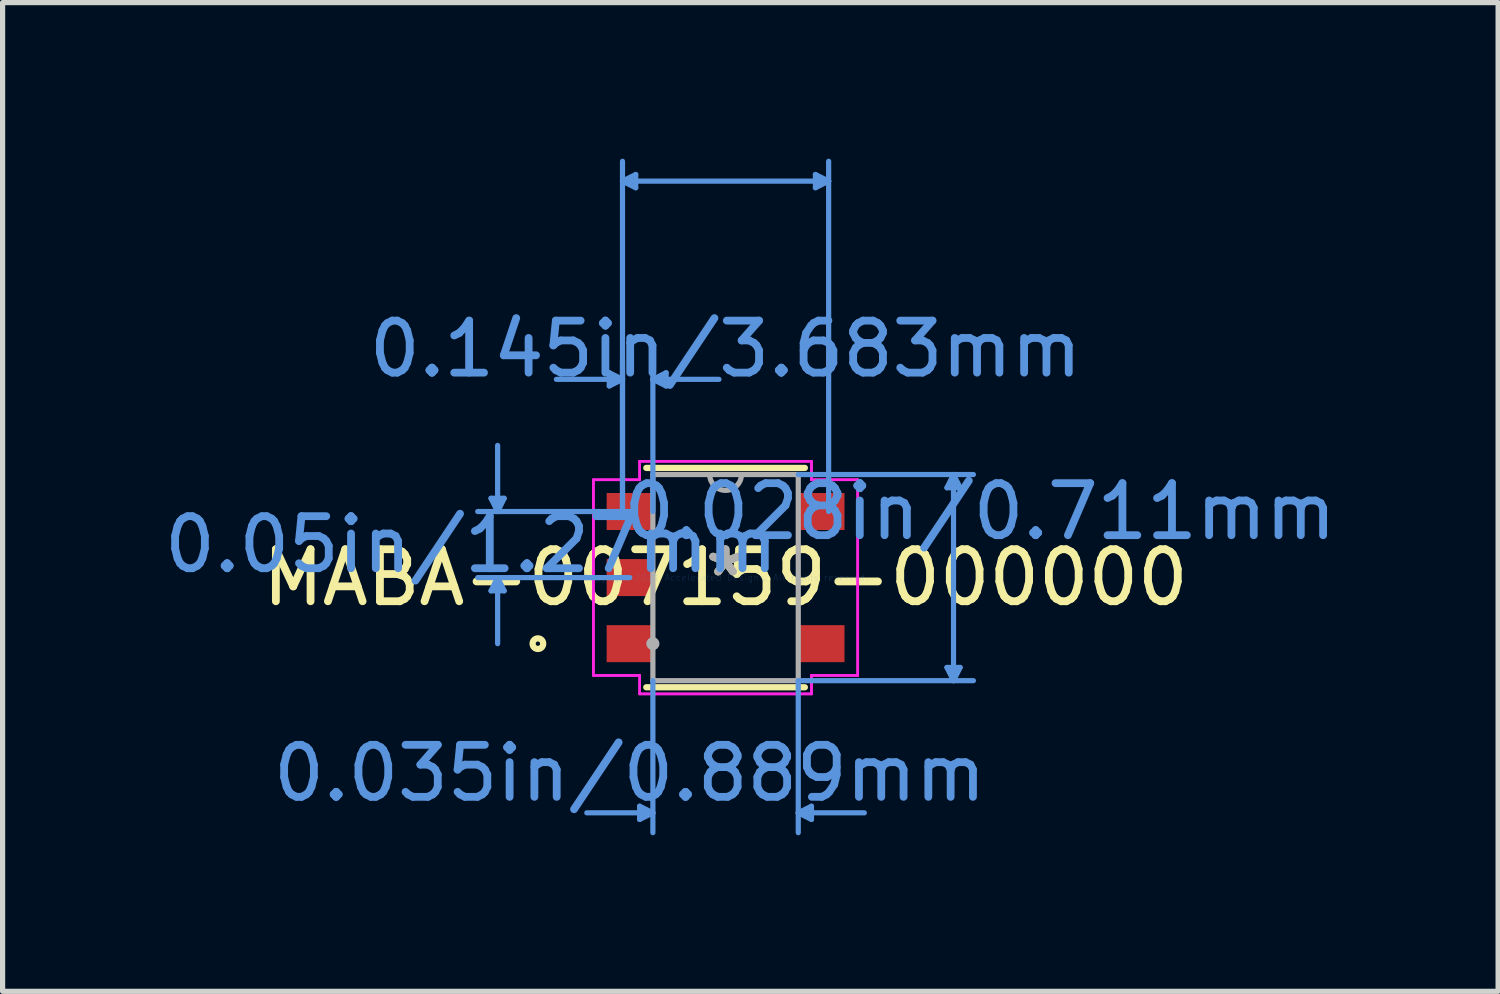
<source format=kicad_pcb>
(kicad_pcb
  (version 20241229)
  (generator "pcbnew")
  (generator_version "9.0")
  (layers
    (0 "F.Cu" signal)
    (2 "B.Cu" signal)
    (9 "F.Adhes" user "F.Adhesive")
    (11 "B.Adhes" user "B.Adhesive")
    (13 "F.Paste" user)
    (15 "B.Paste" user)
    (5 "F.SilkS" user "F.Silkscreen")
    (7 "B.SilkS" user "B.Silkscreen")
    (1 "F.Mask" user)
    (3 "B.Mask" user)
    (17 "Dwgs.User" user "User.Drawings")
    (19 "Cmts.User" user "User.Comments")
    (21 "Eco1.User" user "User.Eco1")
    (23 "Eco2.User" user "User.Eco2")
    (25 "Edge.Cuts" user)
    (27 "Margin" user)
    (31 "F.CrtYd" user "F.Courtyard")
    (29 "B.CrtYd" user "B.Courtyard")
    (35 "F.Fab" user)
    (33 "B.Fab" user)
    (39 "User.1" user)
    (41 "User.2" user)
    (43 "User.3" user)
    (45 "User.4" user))
  (footprint "MABA-007159-000000"
    (layer "F.Cu")
    (at 10.895 8.051)
    (property "Reference" "MABA-007159-000000" (at 0 0 0) (layer "F.SilkS") (effects (font (size 1 1) (thickness 0.15))))
    (attr through_hole)
    (fp_line (start -1.524 2.108) (end 1.524 2.108) (stroke (width 0.12) (type solid)) (layer "F.SilkS"))
    (fp_line (start 1.524 -2.108) (end -1.524 -2.108) (stroke (width 0.12) (type solid)) (layer "F.SilkS"))
    (fp_circle (center -3.607 1.27) (end -3.505 1.27) (stroke (width 0.12) (type solid)) (fill no) (layer "F.SilkS"))
    (fp_line (start -4.508 -1.524) (end -4.255 -1.524) (stroke (width 0.1) (type solid)) (layer "Cmts.User"))
    (fp_line (start -4.508 0.254) (end -4.255 0.254) (stroke (width 0.1) (type solid)) (layer "Cmts.User"))
    (fp_line (start -4.381 -1.27) (end -4.508 -1.524) (stroke (width 0.1) (type solid)) (layer "Cmts.User"))
    (fp_line (start -4.381 -1.27) (end -4.381 -2.54) (stroke (width 0.1) (type solid)) (layer "Cmts.User"))
    (fp_line (start -4.381 -1.27) (end -4.255 -1.524) (stroke (width 0.1) (type solid)) (layer "Cmts.User"))
    (fp_line (start -4.381 0) (end -4.508 0.254) (stroke (width 0.1) (type solid)) (layer "Cmts.User"))
    (fp_line (start -4.381 0) (end -4.381 1.27) (stroke (width 0.1) (type solid)) (layer "Cmts.User"))
    (fp_line (start -4.381 0) (end -4.255 0.254) (stroke (width 0.1) (type solid)) (layer "Cmts.User"))
    (fp_line (start -2.235 -3.937) (end -2.235 -3.683) (stroke (width 0.1) (type solid)) (layer "Cmts.User"))
    (fp_line (start -1.981 -7.62) (end -1.727 -7.747) (stroke (width 0.1) (type solid)) (layer "Cmts.User"))
    (fp_line (start -1.981 -7.62) (end -1.727 -7.493) (stroke (width 0.1) (type solid)) (layer "Cmts.User"))
    (fp_line (start -1.981 -7.62) (end 1.981 -7.62) (stroke (width 0.1) (type solid)) (layer "Cmts.User"))
    (fp_line (start -1.981 -3.81) (end -3.251 -3.81) (stroke (width 0.1) (type solid)) (layer "Cmts.User"))
    (fp_line (start -1.981 -3.81) (end -2.235 -3.937) (stroke (width 0.1) (type solid)) (layer "Cmts.User"))
    (fp_line (start -1.981 -3.81) (end -2.235 -3.683) (stroke (width 0.1) (type solid)) (layer "Cmts.User"))
    (fp_line (start -1.981 -1.27) (end -1.981 -8.001) (stroke (width 0.1) (type solid)) (layer "Cmts.User"))
    (fp_line (start -1.981 -1.27) (end -1.981 -4.191) (stroke (width 0.1) (type solid)) (layer "Cmts.User"))
    (fp_line (start -1.841 -1.27) (end -4.763 -1.27) (stroke (width 0.1) (type solid)) (layer "Cmts.User"))
    (fp_line (start -1.841 0) (end -4.763 0) (stroke (width 0.1) (type solid)) (layer "Cmts.User"))
    (fp_line (start -1.727 -7.747) (end -1.727 -7.493) (stroke (width 0.1) (type solid)) (layer "Cmts.User"))
    (fp_line (start -1.651 4.394) (end -1.651 4.648) (stroke (width 0.1) (type solid)) (layer "Cmts.User"))
    (fp_line (start -1.397 -3.81) (end -1.143 -3.937) (stroke (width 0.1) (type solid)) (layer "Cmts.User"))
    (fp_line (start -1.397 -3.81) (end -1.143 -3.683) (stroke (width 0.1) (type solid)) (layer "Cmts.User"))
    (fp_line (start -1.397 -3.81) (end -0.127 -3.81) (stroke (width 0.1) (type solid)) (layer "Cmts.User"))
    (fp_line (start -1.397 -1.27) (end -1.397 -4.191) (stroke (width 0.1) (type solid)) (layer "Cmts.User"))
    (fp_line (start -1.397 1.981) (end -1.397 4.902) (stroke (width 0.1) (type solid)) (layer "Cmts.User"))
    (fp_line (start -1.397 4.521) (end -2.667 4.521) (stroke (width 0.1) (type solid)) (layer "Cmts.User"))
    (fp_line (start -1.397 4.521) (end -1.651 4.394) (stroke (width 0.1) (type solid)) (layer "Cmts.User"))
    (fp_line (start -1.397 4.521) (end -1.651 4.648) (stroke (width 0.1) (type solid)) (layer "Cmts.User"))
    (fp_line (start -1.143 -3.937) (end -1.143 -3.683) (stroke (width 0.1) (type solid)) (layer "Cmts.User"))
    (fp_line (start 1.397 -1.981) (end 4.763 -1.981) (stroke (width 0.1) (type solid)) (layer "Cmts.User"))
    (fp_line (start 1.397 1.981) (end 1.397 4.902) (stroke (width 0.1) (type solid)) (layer "Cmts.User"))
    (fp_line (start 1.397 1.981) (end 4.763 1.981) (stroke (width 0.1) (type solid)) (layer "Cmts.User"))
    (fp_line (start 1.397 4.521) (end 1.651 4.394) (stroke (width 0.1) (type solid)) (layer "Cmts.User"))
    (fp_line (start 1.397 4.521) (end 1.651 4.648) (stroke (width 0.1) (type solid)) (layer "Cmts.User"))
    (fp_line (start 1.397 4.521) (end 2.667 4.521) (stroke (width 0.1) (type solid)) (layer "Cmts.User"))
    (fp_line (start 1.651 4.394) (end 1.651 4.648) (stroke (width 0.1) (type solid)) (layer "Cmts.User"))
    (fp_line (start 1.727 -7.747) (end 1.727 -7.493) (stroke (width 0.1) (type solid)) (layer "Cmts.User"))
    (fp_line (start 1.981 -7.62) (end 1.727 -7.747) (stroke (width 0.1) (type solid)) (layer "Cmts.User"))
    (fp_line (start 1.981 -7.62) (end 1.727 -7.493) (stroke (width 0.1) (type solid)) (layer "Cmts.User"))
    (fp_line (start 1.981 -1.27) (end 1.981 -8.001) (stroke (width 0.1) (type solid)) (layer "Cmts.User"))
    (fp_line (start 4.255 -1.727) (end 4.508 -1.727) (stroke (width 0.1) (type solid)) (layer "Cmts.User"))
    (fp_line (start 4.255 1.727) (end 4.508 1.727) (stroke (width 0.1) (type solid)) (layer "Cmts.User"))
    (fp_line (start 4.381 -1.981) (end 4.255 -1.727) (stroke (width 0.1) (type solid)) (layer "Cmts.User"))
    (fp_line (start 4.381 -1.981) (end 4.381 1.981) (stroke (width 0.1) (type solid)) (layer "Cmts.User"))
    (fp_line (start 4.381 -1.981) (end 4.508 -1.727) (stroke (width 0.1) (type solid)) (layer "Cmts.User"))
    (fp_line (start 4.381 1.981) (end 4.255 1.727) (stroke (width 0.1) (type solid)) (layer "Cmts.User"))
    (fp_line (start 4.381 1.981) (end 4.508 1.727) (stroke (width 0.1) (type solid)) (layer "Cmts.User"))
    (fp_line (start -2.54 -1.88) (end -1.651 -1.88) (stroke (width 0.05) (type solid)) (layer "F.CrtYd"))
    (fp_line (start -2.54 -1.88) (end -1.651 -1.88) (stroke (width 0.05) (type solid)) (layer "F.CrtYd"))
    (fp_line (start -2.54 1.88) (end -2.54 -1.88) (stroke (width 0.05) (type solid)) (layer "F.CrtYd"))
    (fp_line (start -2.54 1.88) (end -2.54 -1.88) (stroke (width 0.05) (type solid)) (layer "F.CrtYd"))
    (fp_line (start -2.54 1.88) (end -1.651 1.88) (stroke (width 0.05) (type solid)) (layer "F.CrtYd"))
    (fp_line (start -1.651 -2.235) (end 1.651 -2.235) (stroke (width 0.05) (type solid)) (layer "F.CrtYd"))
    (fp_line (start -1.651 -2.235) (end 1.651 -2.235) (stroke (width 0.05) (type solid)) (layer "F.CrtYd"))
    (fp_line (start -1.651 -1.88) (end -1.651 -2.235) (stroke (width 0.05) (type solid)) (layer "F.CrtYd"))
    (fp_line (start -1.651 -1.88) (end -1.651 -2.235) (stroke (width 0.05) (type solid)) (layer "F.CrtYd"))
    (fp_line (start -1.651 1.88) (end -2.54 1.88) (stroke (width 0.05) (type solid)) (layer "F.CrtYd"))
    (fp_line (start -1.651 2.235) (end -1.651 1.88) (stroke (width 0.05) (type solid)) (layer "F.CrtYd"))
    (fp_line (start -1.651 2.235) (end -1.651 1.88) (stroke (width 0.05) (type solid)) (layer "F.CrtYd"))
    (fp_line (start 1.651 -2.235) (end 1.651 -1.88) (stroke (width 0.05) (type solid)) (layer "F.CrtYd"))
    (fp_line (start 1.651 -2.235) (end 1.651 -1.88) (stroke (width 0.05) (type solid)) (layer "F.CrtYd"))
    (fp_line (start 1.651 -1.88) (end 2.54 -1.88) (stroke (width 0.05) (type solid)) (layer "F.CrtYd"))
    (fp_line (start 1.651 1.88) (end 1.651 2.235) (stroke (width 0.05) (type solid)) (layer "F.CrtYd"))
    (fp_line (start 1.651 1.88) (end 1.651 2.235) (stroke (width 0.05) (type solid)) (layer "F.CrtYd"))
    (fp_line (start 1.651 2.235) (end -1.651 2.235) (stroke (width 0.05) (type solid)) (layer "F.CrtYd"))
    (fp_line (start 1.651 2.235) (end -1.651 2.235) (stroke (width 0.05) (type solid)) (layer "F.CrtYd"))
    (fp_line (start 2.54 -1.88) (end 1.651 -1.88) (stroke (width 0.05) (type solid)) (layer "F.CrtYd"))
    (fp_line (start 2.54 -1.88) (end 2.54 1.88) (stroke (width 0.05) (type solid)) (layer "F.CrtYd"))
    (fp_line (start 2.54 -1.88) (end 2.54 1.88) (stroke (width 0.05) (type solid)) (layer "F.CrtYd"))
    (fp_line (start 2.54 1.88) (end 1.651 1.88) (stroke (width 0.05) (type solid)) (layer "F.CrtYd"))
    (fp_line (start 2.54 1.88) (end 1.651 1.88) (stroke (width 0.05) (type solid)) (layer "F.CrtYd"))
    (fp_line (start -1.397 -1.981) (end -1.397 1.981) (stroke (width 0.1) (type solid)) (layer "F.Fab"))
    (fp_line (start -1.397 1.981) (end 1.397 1.981) (stroke (width 0.1) (type solid)) (layer "F.Fab"))
    (fp_line (start 1.397 -1.981) (end -1.397 -1.981) (stroke (width 0.1) (type solid)) (layer "F.Fab"))
    (fp_line (start 1.397 1.981) (end 1.397 -1.981) (stroke (width 0.1) (type solid)) (layer "F.Fab"))
    (fp_arc (start 0.3048 -1.9812) (mid 0 -1.6764) (end -0.3048 -1.9812) (stroke (width 0.1) (type solid)) (layer "F.Fab"))
    (fp_circle (center -1.397 1.27) (end -1.321 1.27) (stroke (width 0.1) (type solid)) (fill no) (layer "F.Fab"))
    (fp_text user "*" (at 0 0 0) (layer "F.SilkS") (effects (font (size 1 1) (thickness 0.15))))
    (fp_text user "Copyright 2021 Accelerated Designs. All rights reserved." (at 0 0 0) (layer "Cmts.User") (effects (font (size 0.127 0.127) (thickness 0.002))))
    (fp_text user "0.05in/1.27mm" (at -4.889 -0.635 0) (layer "Cmts.User") (effects (font (size 1 1) (thickness 0.15))))
    (fp_text user "0.145in/3.683mm" (at 0 -4.394 0) (layer "Cmts.User") (effects (font (size 1 1) (thickness 0.15))))
    (fp_text user "0.028in/0.711mm" (at 4.889 -1.27 0) (layer "Cmts.User") (effects (font (size 1 1) (thickness 0.15))))
    (fp_text user "0.035in/0.889mm" (at -1.841 3.759 0) (layer "Cmts.User") (effects (font (size 1 1) (thickness 0.15))))
    (fp_text user "*" (at 0 0 0) (layer "F.Fab") (effects (font (size 1 1) (thickness 0.15))))
    (pad "1" smd rect (at -1.841 1.27) (size 0.889 0.711) (layers "F.Cu" "F.Mask" "F.Paste"))
    (pad "2" smd rect (at -1.841 0) (size 0.889 0.711) (layers "F.Cu" "F.Mask" "F.Paste"))
    (pad "3" smd rect (at -1.841 -1.27) (size 0.889 0.711) (layers "F.Cu" "F.Mask" "F.Paste"))
    (pad "4" smd rect (at 1.841 -1.27) (size 0.889 0.711) (layers "F.Cu" "F.Mask" "F.Paste"))
    (pad "5" smd rect (at 1.841 1.27) (size 0.889 0.711) (layers "F.Cu" "F.Mask" "F.Paste")))
  (gr_rect
    (start -3 -3)
    (end 25.743 16.003)
    (stroke (width 0.1) (type default))
    (fill no)
    (layer "Edge.Cuts")))
</source>
